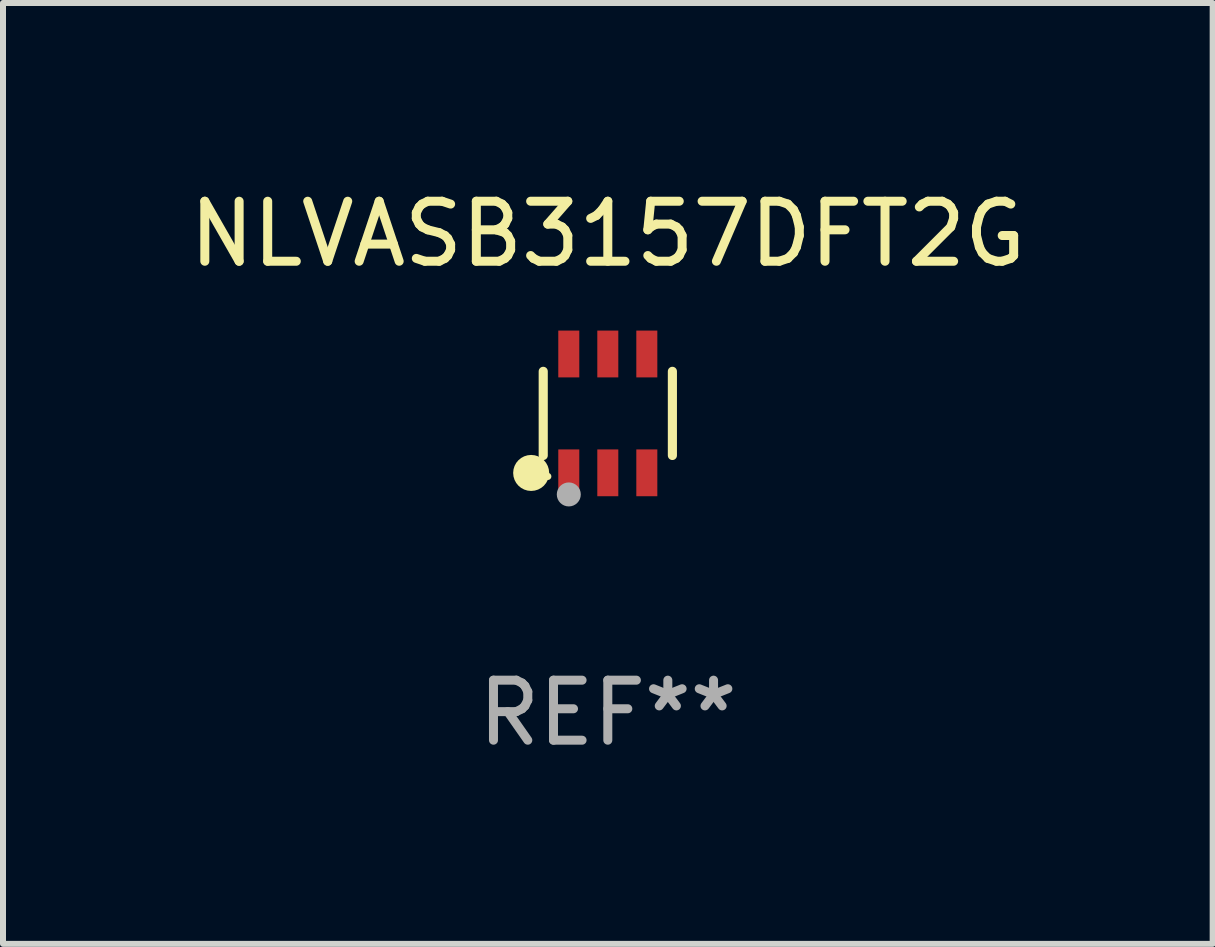
<source format=kicad_pcb>
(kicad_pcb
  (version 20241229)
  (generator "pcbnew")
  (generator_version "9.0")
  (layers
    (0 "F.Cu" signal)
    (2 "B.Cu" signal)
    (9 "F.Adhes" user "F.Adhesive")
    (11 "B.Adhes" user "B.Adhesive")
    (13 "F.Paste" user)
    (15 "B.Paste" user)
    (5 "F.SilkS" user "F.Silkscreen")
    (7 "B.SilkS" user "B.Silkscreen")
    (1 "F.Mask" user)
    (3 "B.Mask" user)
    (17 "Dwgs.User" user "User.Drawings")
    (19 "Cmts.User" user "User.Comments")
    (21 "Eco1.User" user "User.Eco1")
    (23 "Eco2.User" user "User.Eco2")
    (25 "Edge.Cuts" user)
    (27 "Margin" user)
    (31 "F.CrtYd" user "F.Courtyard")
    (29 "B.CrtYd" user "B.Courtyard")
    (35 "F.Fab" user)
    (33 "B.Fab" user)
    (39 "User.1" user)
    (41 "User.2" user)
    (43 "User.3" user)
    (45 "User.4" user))
  (footprint "NLVASB3157DFT2G"
    (layer "F.Cu")
    (at 7.077 3.838)
    (property "Reference" "NLVASB3157DFT2G" (at 0 -2.99 0) (layer "F.SilkS") (effects (font (size 1 1) (thickness 0.15))))
    (attr through_hole)
    (fp_line (start -1.076 0.701) (end -1.076 -0.701) (stroke (width 0.152) (type solid)) (layer "F.SilkS"))
    (fp_line (start 1.076 0.701) (end 1.076 -0.701) (stroke (width 0.152) (type solid)) (layer "F.SilkS"))
    (fp_circle (center -1.277 0.992) (end -1.127 0.992) (stroke (width 0.3) (type solid)) (fill no) (layer "F.SilkS"))
    (fp_circle (center -1 1.05) (end -0.97 1.05) (stroke (width 0.06) (type solid)) (fill no) (layer "F.SilkS"))
    (fp_circle (center -0.65 1.35) (end -0.55 1.35) (stroke (width 0.2) (type solid)) (fill no) (layer "F.Fab"))
    (fp_text user "REF**" (at 0 4.99 0) (layer "F.Fab") (effects (font (size 1 1) (thickness 0.15))))
    (pad "1" smd rect (at -0.65 0.99) (size 0.35 0.78) (layers "F.Cu" "F.Mask" "F.Paste"))
    (pad "2" smd rect (at 0 0.99) (size 0.35 0.78) (layers "F.Cu" "F.Mask" "F.Paste"))
    (pad "3" smd rect (at 0.65 0.99) (size 0.35 0.78) (layers "F.Cu" "F.Mask" "F.Paste"))
    (pad "4" smd rect (at 0.65 -0.99) (size 0.35 0.78) (layers "F.Cu" "F.Mask" "F.Paste"))
    (pad "5" smd rect (at 0 -0.99) (size 0.35 0.78) (layers "F.Cu" "F.Mask" "F.Paste"))
    (pad "6" smd rect (at -0.65 -0.99) (size 0.35 0.78) (layers "F.Cu" "F.Mask" "F.Paste")))
  (gr_rect
    (start -3 -3)
    (end 17.155 12.676)
    (stroke (width 0.1) (type default))
    (fill no)
    (layer "Edge.Cuts")))
</source>
